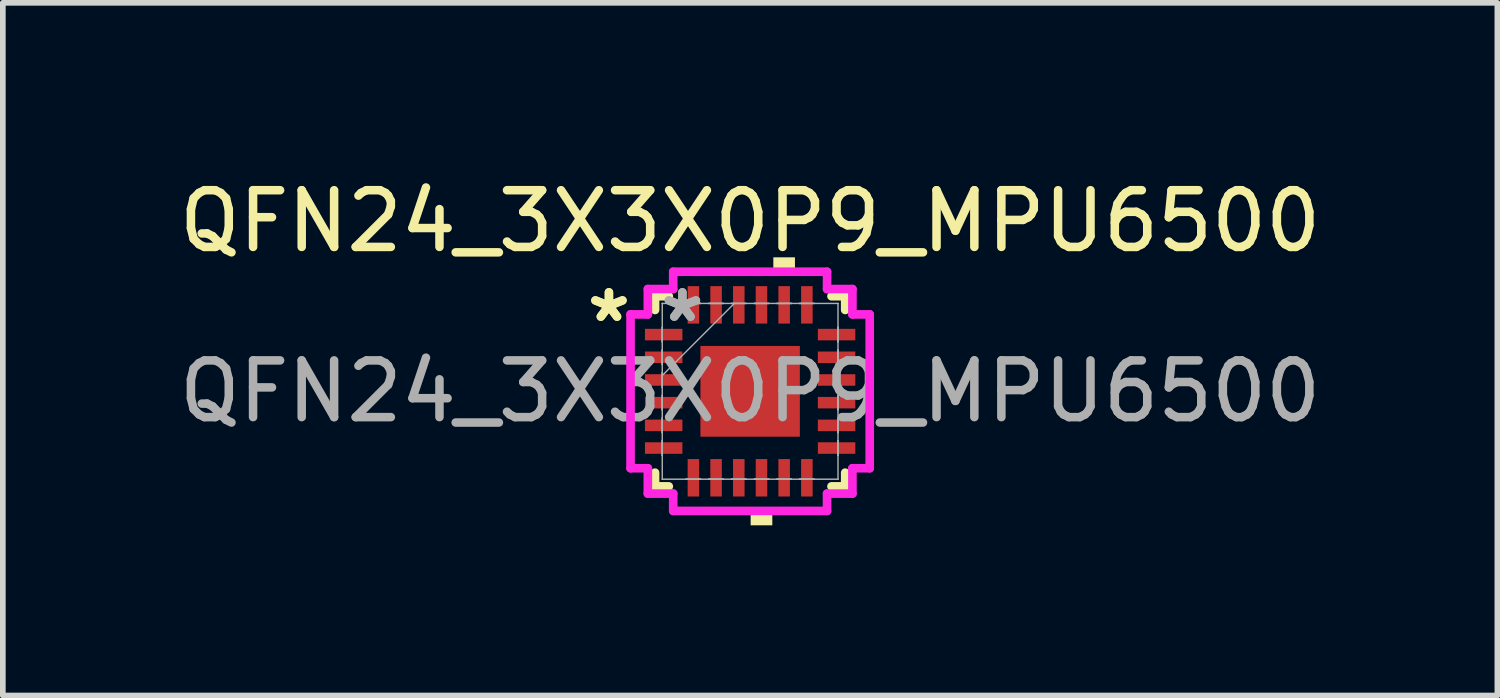
<source format=kicad_pcb>
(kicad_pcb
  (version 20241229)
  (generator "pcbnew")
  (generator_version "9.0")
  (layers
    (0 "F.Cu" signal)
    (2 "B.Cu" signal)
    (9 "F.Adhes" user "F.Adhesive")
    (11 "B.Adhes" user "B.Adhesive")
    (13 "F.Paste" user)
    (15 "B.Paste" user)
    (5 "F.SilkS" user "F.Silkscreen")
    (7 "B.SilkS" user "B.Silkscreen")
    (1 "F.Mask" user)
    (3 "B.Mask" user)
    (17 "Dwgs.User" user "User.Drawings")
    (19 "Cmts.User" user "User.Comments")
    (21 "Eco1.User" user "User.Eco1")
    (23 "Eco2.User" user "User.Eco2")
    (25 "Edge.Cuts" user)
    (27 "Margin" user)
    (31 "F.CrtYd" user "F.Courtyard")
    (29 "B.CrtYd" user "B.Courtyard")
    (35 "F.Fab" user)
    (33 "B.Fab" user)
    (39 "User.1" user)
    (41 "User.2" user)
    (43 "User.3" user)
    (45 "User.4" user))
  (footprint "QFN24_3X3X0P9_MPU6500"
    (layer "F.Cu")
    (at 10.173 3.848)
    (property "Reference" "QFN24_3X3X0P9_MPU6500" (at 0 -3 0) (unlocked yes) (layer "F.SilkS") (effects (font (size 1 1) (thickness 0.15))))
    (attr smd)
    (fp_line (start -1.676 -1.676) (end -1.676 -1.434) (stroke (width 0.152) (type solid)) (layer "F.SilkS"))
    (fp_line (start -1.676 1.434) (end -1.676 1.676) (stroke (width 0.152) (type solid)) (layer "F.SilkS"))
    (fp_line (start -1.676 1.676) (end -1.434 1.676) (stroke (width 0.152) (type solid)) (layer "F.SilkS"))
    (fp_line (start -1.434 -1.676) (end -1.676 -1.676) (stroke (width 0.152) (type solid)) (layer "F.SilkS"))
    (fp_line (start 1.434 1.676) (end 1.676 1.676) (stroke (width 0.152) (type solid)) (layer "F.SilkS"))
    (fp_line (start 1.676 -1.676) (end 1.434 -1.676) (stroke (width 0.152) (type solid)) (layer "F.SilkS"))
    (fp_line (start 1.676 -1.434) (end 1.676 -1.676) (stroke (width 0.152) (type solid)) (layer "F.SilkS"))
    (fp_line (start 1.676 1.676) (end 1.676 1.434) (stroke (width 0.152) (type solid)) (layer "F.SilkS"))
    (fp_poly (pts (xy 0.009 2.108) (xy 0.009 2.362) (xy 0.391 2.362) (xy 0.391 2.108)) (stroke (width 0) (type solid)) (fill yes) (layer "F.SilkS"))
    (fp_poly (pts (xy 0.409 -2.108) (xy 0.409 -2.362) (xy 0.79 -2.362) (xy 0.79 -2.108)) (stroke (width 0) (type solid)) (fill yes) (layer "F.SilkS"))
    (fp_line (start -2.108 -1.356) (end -1.803 -1.356) (stroke (width 0.152) (type solid)) (layer "F.CrtYd"))
    (fp_line (start -2.108 1.356) (end -2.108 -1.356) (stroke (width 0.152) (type solid)) (layer "F.CrtYd"))
    (fp_line (start -1.803 -1.803) (end -1.356 -1.803) (stroke (width 0.152) (type solid)) (layer "F.CrtYd"))
    (fp_line (start -1.803 -1.356) (end -1.803 -1.803) (stroke (width 0.152) (type solid)) (layer "F.CrtYd"))
    (fp_line (start -1.803 1.356) (end -2.108 1.356) (stroke (width 0.152) (type solid)) (layer "F.CrtYd"))
    (fp_line (start -1.803 1.803) (end -1.803 1.356) (stroke (width 0.152) (type solid)) (layer "F.CrtYd"))
    (fp_line (start -1.356 -2.108) (end 1.356 -2.108) (stroke (width 0.152) (type solid)) (layer "F.CrtYd"))
    (fp_line (start -1.356 -1.803) (end -1.356 -2.108) (stroke (width 0.152) (type solid)) (layer "F.CrtYd"))
    (fp_line (start -1.356 1.803) (end -1.803 1.803) (stroke (width 0.152) (type solid)) (layer "F.CrtYd"))
    (fp_line (start -1.356 2.108) (end -1.356 1.803) (stroke (width 0.152) (type solid)) (layer "F.CrtYd"))
    (fp_line (start 1.356 -2.108) (end 1.356 -1.803) (stroke (width 0.152) (type solid)) (layer "F.CrtYd"))
    (fp_line (start 1.356 -1.803) (end 1.803 -1.803) (stroke (width 0.152) (type solid)) (layer "F.CrtYd"))
    (fp_line (start 1.356 1.803) (end 1.356 2.108) (stroke (width 0.152) (type solid)) (layer "F.CrtYd"))
    (fp_line (start 1.356 2.108) (end -1.356 2.108) (stroke (width 0.152) (type solid)) (layer "F.CrtYd"))
    (fp_line (start 1.803 -1.803) (end 1.803 -1.356) (stroke (width 0.152) (type solid)) (layer "F.CrtYd"))
    (fp_line (start 1.803 -1.356) (end 2.108 -1.356) (stroke (width 0.152) (type solid)) (layer "F.CrtYd"))
    (fp_line (start 1.803 1.356) (end 1.803 1.803) (stroke (width 0.152) (type solid)) (layer "F.CrtYd"))
    (fp_line (start 1.803 1.803) (end 1.356 1.803) (stroke (width 0.152) (type solid)) (layer "F.CrtYd"))
    (fp_line (start 2.108 -1.356) (end 2.108 1.356) (stroke (width 0.152) (type solid)) (layer "F.CrtYd"))
    (fp_line (start 2.108 1.356) (end 1.803 1.356) (stroke (width 0.152) (type solid)) (layer "F.CrtYd"))
    (fp_line (start -1.549 -1.549) (end -1.549 -1.549) (stroke (width 0.025) (type solid)) (layer "F.Fab"))
    (fp_line (start -1.549 -1.549) (end -1.549 1.549) (stroke (width 0.025) (type solid)) (layer "F.Fab"))
    (fp_line (start -1.549 -1.127) (end -1.549 -1.127) (stroke (width 0.025) (type solid)) (layer "F.Fab"))
    (fp_line (start -1.549 -1.127) (end -1.549 -0.873) (stroke (width 0.025) (type solid)) (layer "F.Fab"))
    (fp_line (start -1.549 -0.873) (end -1.549 -1.127) (stroke (width 0.025) (type solid)) (layer "F.Fab"))
    (fp_line (start -1.549 -0.873) (end -1.549 -0.873) (stroke (width 0.025) (type solid)) (layer "F.Fab"))
    (fp_line (start -1.549 -0.727) (end -1.549 -0.727) (stroke (width 0.025) (type solid)) (layer "F.Fab"))
    (fp_line (start -1.549 -0.727) (end -1.549 -0.473) (stroke (width 0.025) (type solid)) (layer "F.Fab"))
    (fp_line (start -1.549 -0.473) (end -1.549 -0.727) (stroke (width 0.025) (type solid)) (layer "F.Fab"))
    (fp_line (start -1.549 -0.473) (end -1.549 -0.473) (stroke (width 0.025) (type solid)) (layer "F.Fab"))
    (fp_line (start -1.549 -0.327) (end -1.549 -0.327) (stroke (width 0.025) (type solid)) (layer "F.Fab"))
    (fp_line (start -1.549 -0.327) (end -1.549 -0.073) (stroke (width 0.025) (type solid)) (layer "F.Fab"))
    (fp_line (start -1.549 -0.279) (end -0.279 -1.549) (stroke (width 0.025) (type solid)) (layer "F.Fab"))
    (fp_line (start -1.549 -0.073) (end -1.549 -0.327) (stroke (width 0.025) (type solid)) (layer "F.Fab"))
    (fp_line (start -1.549 -0.073) (end -1.549 -0.073) (stroke (width 0.025) (type solid)) (layer "F.Fab"))
    (fp_line (start -1.549 0.073) (end -1.549 0.073) (stroke (width 0.025) (type solid)) (layer "F.Fab"))
    (fp_line (start -1.549 0.073) (end -1.549 0.327) (stroke (width 0.025) (type solid)) (layer "F.Fab"))
    (fp_line (start -1.549 0.327) (end -1.549 0.073) (stroke (width 0.025) (type solid)) (layer "F.Fab"))
    (fp_line (start -1.549 0.327) (end -1.549 0.327) (stroke (width 0.025) (type solid)) (layer "F.Fab"))
    (fp_line (start -1.549 0.473) (end -1.549 0.473) (stroke (width 0.025) (type solid)) (layer "F.Fab"))
    (fp_line (start -1.549 0.473) (end -1.549 0.727) (stroke (width 0.025) (type solid)) (layer "F.Fab"))
    (fp_line (start -1.549 0.727) (end -1.549 0.473) (stroke (width 0.025) (type solid)) (layer "F.Fab"))
    (fp_line (start -1.549 0.727) (end -1.549 0.727) (stroke (width 0.025) (type solid)) (layer "F.Fab"))
    (fp_line (start -1.549 0.873) (end -1.549 0.873) (stroke (width 0.025) (type solid)) (layer "F.Fab"))
    (fp_line (start -1.549 0.873) (end -1.549 1.127) (stroke (width 0.025) (type solid)) (layer "F.Fab"))
    (fp_line (start -1.549 1.127) (end -1.549 0.873) (stroke (width 0.025) (type solid)) (layer "F.Fab"))
    (fp_line (start -1.549 1.127) (end -1.549 1.127) (stroke (width 0.025) (type solid)) (layer "F.Fab"))
    (fp_line (start -1.549 1.549) (end -1.549 1.549) (stroke (width 0.025) (type solid)) (layer "F.Fab"))
    (fp_line (start -1.549 1.549) (end 1.549 1.549) (stroke (width 0.025) (type solid)) (layer "F.Fab"))
    (fp_line (start -1.127 -1.549) (end -1.127 -1.549) (stroke (width 0.025) (type solid)) (layer "F.Fab"))
    (fp_line (start -1.127 -1.549) (end -0.873 -1.549) (stroke (width 0.025) (type solid)) (layer "F.Fab"))
    (fp_line (start -1.127 1.549) (end -1.127 1.549) (stroke (width 0.025) (type solid)) (layer "F.Fab"))
    (fp_line (start -1.127 1.549) (end -0.873 1.549) (stroke (width 0.025) (type solid)) (layer "F.Fab"))
    (fp_line (start -0.873 -1.549) (end -1.127 -1.549) (stroke (width 0.025) (type solid)) (layer "F.Fab"))
    (fp_line (start -0.873 -1.549) (end -0.873 -1.549) (stroke (width 0.025) (type solid)) (layer "F.Fab"))
    (fp_line (start -0.873 1.549) (end -1.127 1.549) (stroke (width 0.025) (type solid)) (layer "F.Fab"))
    (fp_line (start -0.873 1.549) (end -0.873 1.549) (stroke (width 0.025) (type solid)) (layer "F.Fab"))
    (fp_line (start -0.727 -1.549) (end -0.727 -1.549) (stroke (width 0.025) (type solid)) (layer "F.Fab"))
    (fp_line (start -0.727 -1.549) (end -0.473 -1.549) (stroke (width 0.025) (type solid)) (layer "F.Fab"))
    (fp_line (start -0.727 1.549) (end -0.727 1.549) (stroke (width 0.025) (type solid)) (layer "F.Fab"))
    (fp_line (start -0.727 1.549) (end -0.473 1.549) (stroke (width 0.025) (type solid)) (layer "F.Fab"))
    (fp_line (start -0.473 -1.549) (end -0.727 -1.549) (stroke (width 0.025) (type solid)) (layer "F.Fab"))
    (fp_line (start -0.473 -1.549) (end -0.473 -1.549) (stroke (width 0.025) (type solid)) (layer "F.Fab"))
    (fp_line (start -0.473 1.549) (end -0.727 1.549) (stroke (width 0.025) (type solid)) (layer "F.Fab"))
    (fp_line (start -0.473 1.549) (end -0.473 1.549) (stroke (width 0.025) (type solid)) (layer "F.Fab"))
    (fp_line (start -0.327 -1.549) (end -0.327 -1.549) (stroke (width 0.025) (type solid)) (layer "F.Fab"))
    (fp_line (start -0.327 -1.549) (end -0.073 -1.549) (stroke (width 0.025) (type solid)) (layer "F.Fab"))
    (fp_line (start -0.327 1.549) (end -0.327 1.549) (stroke (width 0.025) (type solid)) (layer "F.Fab"))
    (fp_line (start -0.327 1.549) (end -0.073 1.549) (stroke (width 0.025) (type solid)) (layer "F.Fab"))
    (fp_line (start -0.073 -1.549) (end -0.327 -1.549) (stroke (width 0.025) (type solid)) (layer "F.Fab"))
    (fp_line (start -0.073 -1.549) (end -0.073 -1.549) (stroke (width 0.025) (type solid)) (layer "F.Fab"))
    (fp_line (start -0.073 1.549) (end -0.327 1.549) (stroke (width 0.025) (type solid)) (layer "F.Fab"))
    (fp_line (start -0.073 1.549) (end -0.073 1.549) (stroke (width 0.025) (type solid)) (layer "F.Fab"))
    (fp_line (start 0.073 -1.549) (end 0.073 -1.549) (stroke (width 0.025) (type solid)) (layer "F.Fab"))
    (fp_line (start 0.073 -1.549) (end 0.327 -1.549) (stroke (width 0.025) (type solid)) (layer "F.Fab"))
    (fp_line (start 0.073 1.549) (end 0.073 1.549) (stroke (width 0.025) (type solid)) (layer "F.Fab"))
    (fp_line (start 0.073 1.549) (end 0.327 1.549) (stroke (width 0.025) (type solid)) (layer "F.Fab"))
    (fp_line (start 0.327 -1.549) (end 0.073 -1.549) (stroke (width 0.025) (type solid)) (layer "F.Fab"))
    (fp_line (start 0.327 -1.549) (end 0.327 -1.549) (stroke (width 0.025) (type solid)) (layer "F.Fab"))
    (fp_line (start 0.327 1.549) (end 0.073 1.549) (stroke (width 0.025) (type solid)) (layer "F.Fab"))
    (fp_line (start 0.327 1.549) (end 0.327 1.549) (stroke (width 0.025) (type solid)) (layer "F.Fab"))
    (fp_line (start 0.473 -1.549) (end 0.473 -1.549) (stroke (width 0.025) (type solid)) (layer "F.Fab"))
    (fp_line (start 0.473 -1.549) (end 0.727 -1.549) (stroke (width 0.025) (type solid)) (layer "F.Fab"))
    (fp_line (start 0.473 1.549) (end 0.473 1.549) (stroke (width 0.025) (type solid)) (layer "F.Fab"))
    (fp_line (start 0.473 1.549) (end 0.727 1.549) (stroke (width 0.025) (type solid)) (layer "F.Fab"))
    (fp_line (start 0.727 -1.549) (end 0.473 -1.549) (stroke (width 0.025) (type solid)) (layer "F.Fab"))
    (fp_line (start 0.727 -1.549) (end 0.727 -1.549) (stroke (width 0.025) (type solid)) (layer "F.Fab"))
    (fp_line (start 0.727 1.549) (end 0.473 1.549) (stroke (width 0.025) (type solid)) (layer "F.Fab"))
    (fp_line (start 0.727 1.549) (end 0.727 1.549) (stroke (width 0.025) (type solid)) (layer "F.Fab"))
    (fp_line (start 0.873 -1.549) (end 0.873 -1.549) (stroke (width 0.025) (type solid)) (layer "F.Fab"))
    (fp_line (start 0.873 -1.549) (end 1.127 -1.549) (stroke (width 0.025) (type solid)) (layer "F.Fab"))
    (fp_line (start 0.873 1.549) (end 0.873 1.549) (stroke (width 0.025) (type solid)) (layer "F.Fab"))
    (fp_line (start 0.873 1.549) (end 1.127 1.549) (stroke (width 0.025) (type solid)) (layer "F.Fab"))
    (fp_line (start 1.127 -1.549) (end 0.873 -1.549) (stroke (width 0.025) (type solid)) (layer "F.Fab"))
    (fp_line (start 1.127 -1.549) (end 1.127 -1.549) (stroke (width 0.025) (type solid)) (layer "F.Fab"))
    (fp_line (start 1.127 1.549) (end 0.873 1.549) (stroke (width 0.025) (type solid)) (layer "F.Fab"))
    (fp_line (start 1.127 1.549) (end 1.127 1.549) (stroke (width 0.025) (type solid)) (layer "F.Fab"))
    (fp_line (start 1.549 -1.549) (end -1.549 -1.549) (stroke (width 0.025) (type solid)) (layer "F.Fab"))
    (fp_line (start 1.549 -1.549) (end 1.549 -1.549) (stroke (width 0.025) (type solid)) (layer "F.Fab"))
    (fp_line (start 1.549 -1.127) (end 1.549 -1.127) (stroke (width 0.025) (type solid)) (layer "F.Fab"))
    (fp_line (start 1.549 -1.127) (end 1.549 -0.873) (stroke (width 0.025) (type solid)) (layer "F.Fab"))
    (fp_line (start 1.549 -0.873) (end 1.549 -1.127) (stroke (width 0.025) (type solid)) (layer "F.Fab"))
    (fp_line (start 1.549 -0.873) (end 1.549 -0.873) (stroke (width 0.025) (type solid)) (layer "F.Fab"))
    (fp_line (start 1.549 -0.727) (end 1.549 -0.727) (stroke (width 0.025) (type solid)) (layer "F.Fab"))
    (fp_line (start 1.549 -0.727) (end 1.549 -0.473) (stroke (width 0.025) (type solid)) (layer "F.Fab"))
    (fp_line (start 1.549 -0.473) (end 1.549 -0.727) (stroke (width 0.025) (type solid)) (layer "F.Fab"))
    (fp_line (start 1.549 -0.473) (end 1.549 -0.473) (stroke (width 0.025) (type solid)) (layer "F.Fab"))
    (fp_line (start 1.549 -0.327) (end 1.549 -0.327) (stroke (width 0.025) (type solid)) (layer "F.Fab"))
    (fp_line (start 1.549 -0.327) (end 1.549 -0.073) (stroke (width 0.025) (type solid)) (layer "F.Fab"))
    (fp_line (start 1.549 -0.073) (end 1.549 -0.327) (stroke (width 0.025) (type solid)) (layer "F.Fab"))
    (fp_line (start 1.549 -0.073) (end 1.549 -0.073) (stroke (width 0.025) (type solid)) (layer "F.Fab"))
    (fp_line (start 1.549 0.073) (end 1.549 0.073) (stroke (width 0.025) (type solid)) (layer "F.Fab"))
    (fp_line (start 1.549 0.073) (end 1.549 0.327) (stroke (width 0.025) (type solid)) (layer "F.Fab"))
    (fp_line (start 1.549 0.327) (end 1.549 0.073) (stroke (width 0.025) (type solid)) (layer "F.Fab"))
    (fp_line (start 1.549 0.327) (end 1.549 0.327) (stroke (width 0.025) (type solid)) (layer "F.Fab"))
    (fp_line (start 1.549 0.473) (end 1.549 0.473) (stroke (width 0.025) (type solid)) (layer "F.Fab"))
    (fp_line (start 1.549 0.473) (end 1.549 0.727) (stroke (width 0.025) (type solid)) (layer "F.Fab"))
    (fp_line (start 1.549 0.727) (end 1.549 0.473) (stroke (width 0.025) (type solid)) (layer "F.Fab"))
    (fp_line (start 1.549 0.727) (end 1.549 0.727) (stroke (width 0.025) (type solid)) (layer "F.Fab"))
    (fp_line (start 1.549 0.873) (end 1.549 0.873) (stroke (width 0.025) (type solid)) (layer "F.Fab"))
    (fp_line (start 1.549 0.873) (end 1.549 1.127) (stroke (width 0.025) (type solid)) (layer "F.Fab"))
    (fp_line (start 1.549 1.127) (end 1.549 0.873) (stroke (width 0.025) (type solid)) (layer "F.Fab"))
    (fp_line (start 1.549 1.127) (end 1.549 1.127) (stroke (width 0.025) (type solid)) (layer "F.Fab"))
    (fp_line (start 1.549 1.549) (end 1.549 -1.549) (stroke (width 0.025) (type solid)) (layer "F.Fab"))
    (fp_line (start 1.549 1.549) (end 1.549 1.549) (stroke (width 0.025) (type solid)) (layer "F.Fab"))
    (fp_text user "*" (at -2.489 -1.2 0) (unlocked yes) (layer "F.SilkS") (effects (font (size 1 1) (thickness 0.15))))
    (fp_text user "*" (at -2.489 -1.2 0) (layer "F.SilkS") (effects (font (size 1 1) (thickness 0.15))))
    (fp_text user "*" (at -1.194 -1.2 0) (unlocked yes) (layer "F.Fab") (effects (font (size 1 1) (thickness 0.15))))
    (fp_text user "*" (at -1.194 -1.2 0) (layer "F.Fab") (effects (font (size 1 1) (thickness 0.15))))
    (fp_text user "${REFERENCE}" (at 0 0 0) (unlocked yes) (layer "F.Fab") (effects (font (size 1 1) (thickness 0.15))))
    (pad "1" smd rect (at -1.524 -1 90) (size 0.203 0.66) (layers "F.Cu" "F.Mask" "F.Paste"))
    (pad "2" smd rect (at -1.524 -0.6 90) (size 0.203 0.66) (layers "F.Cu" "F.Mask" "F.Paste"))
    (pad "3" smd rect (at -1.524 -0.2 90) (size 0.203 0.66) (layers "F.Cu" "F.Mask" "F.Paste"))
    (pad "4" smd rect (at -1.524 0.2 90) (size 0.203 0.66) (layers "F.Cu" "F.Mask" "F.Paste"))
    (pad "5" smd rect (at -1.524 0.6 90) (size 0.203 0.66) (layers "F.Cu" "F.Mask" "F.Paste"))
    (pad "6" smd rect (at -1.524 1 90) (size 0.203 0.66) (layers "F.Cu" "F.Mask" "F.Paste"))
    (pad "7" smd rect (at -1 1.524) (size 0.203 0.66) (layers "F.Cu" "F.Mask" "F.Paste"))
    (pad "8" smd rect (at -0.6 1.524) (size 0.203 0.66) (layers "F.Cu" "F.Mask" "F.Paste"))
    (pad "9" smd rect (at -0.2 1.524) (size 0.203 0.66) (layers "F.Cu" "F.Mask" "F.Paste"))
    (pad "10" smd rect (at 0.2 1.524) (size 0.203 0.66) (layers "F.Cu" "F.Mask" "F.Paste"))
    (pad "11" smd rect (at 0.6 1.524) (size 0.203 0.66) (layers "F.Cu" "F.Mask" "F.Paste"))
    (pad "12" smd rect (at 1 1.524) (size 0.203 0.66) (layers "F.Cu" "F.Mask" "F.Paste"))
    (pad "13" smd rect (at 1.524 1 90) (size 0.203 0.66) (layers "F.Cu" "F.Mask" "F.Paste"))
    (pad "14" smd rect (at 1.524 0.6 90) (size 0.203 0.66) (layers "F.Cu" "F.Mask" "F.Paste"))
    (pad "15" smd rect (at 1.524 0.2 90) (size 0.203 0.66) (layers "F.Cu" "F.Mask" "F.Paste"))
    (pad "16" smd rect (at 1.524 -0.2 90) (size 0.203 0.66) (layers "F.Cu" "F.Mask" "F.Paste"))
    (pad "17" smd rect (at 1.524 -0.6 90) (size 0.203 0.66) (layers "F.Cu" "F.Mask" "F.Paste"))
    (pad "18" smd rect (at 1.524 -1 90) (size 0.203 0.66) (layers "F.Cu" "F.Mask" "F.Paste"))
    (pad "19" smd rect (at 1 -1.524) (size 0.203 0.66) (layers "F.Cu" "F.Mask" "F.Paste"))
    (pad "20" smd rect (at 0.6 -1.524) (size 0.203 0.66) (layers "F.Cu" "F.Mask" "F.Paste"))
    (pad "21" smd rect (at 0.2 -1.524) (size 0.203 0.66) (layers "F.Cu" "F.Mask" "F.Paste"))
    (pad "22" smd rect (at -0.2 -1.524) (size 0.203 0.66) (layers "F.Cu" "F.Mask" "F.Paste"))
    (pad "23" smd rect (at -0.6 -1.524) (size 0.203 0.66) (layers "F.Cu" "F.Mask" "F.Paste"))
    (pad "24" smd rect (at -1 -1.524) (size 0.203 0.66) (layers "F.Cu" "F.Mask" "F.Paste"))
    (pad "25" smd rect (at 0 0) (size 1.753 1.6) (layers "F.Cu" "F.Mask" "F.Paste")))
  (gr_rect
    (start -3 -3)
    (end 23.345 9.21)
    (stroke (width 0.1) (type default))
    (fill no)
    (layer "Edge.Cuts")))
</source>
